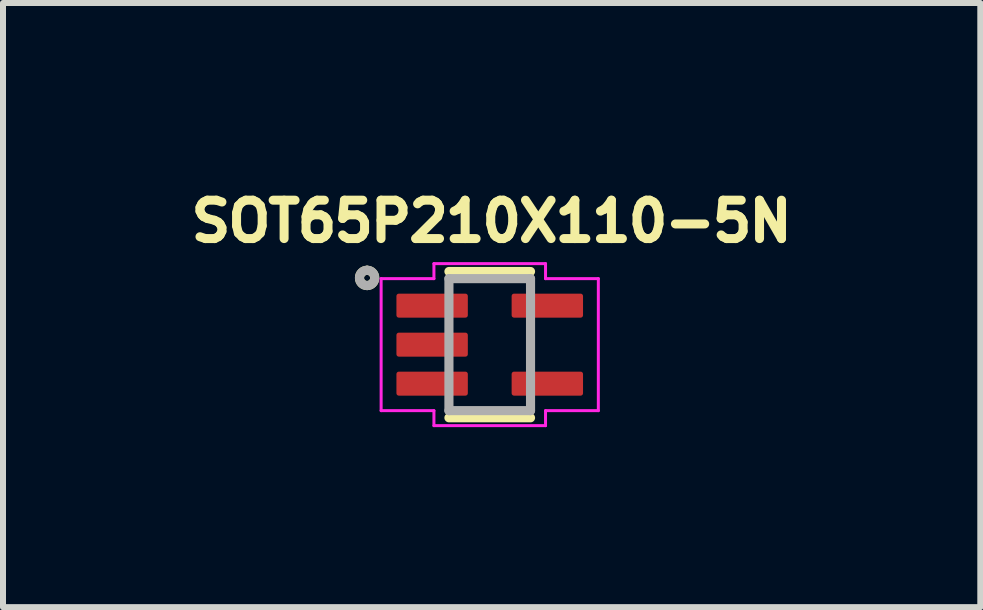
<source format=kicad_pcb>
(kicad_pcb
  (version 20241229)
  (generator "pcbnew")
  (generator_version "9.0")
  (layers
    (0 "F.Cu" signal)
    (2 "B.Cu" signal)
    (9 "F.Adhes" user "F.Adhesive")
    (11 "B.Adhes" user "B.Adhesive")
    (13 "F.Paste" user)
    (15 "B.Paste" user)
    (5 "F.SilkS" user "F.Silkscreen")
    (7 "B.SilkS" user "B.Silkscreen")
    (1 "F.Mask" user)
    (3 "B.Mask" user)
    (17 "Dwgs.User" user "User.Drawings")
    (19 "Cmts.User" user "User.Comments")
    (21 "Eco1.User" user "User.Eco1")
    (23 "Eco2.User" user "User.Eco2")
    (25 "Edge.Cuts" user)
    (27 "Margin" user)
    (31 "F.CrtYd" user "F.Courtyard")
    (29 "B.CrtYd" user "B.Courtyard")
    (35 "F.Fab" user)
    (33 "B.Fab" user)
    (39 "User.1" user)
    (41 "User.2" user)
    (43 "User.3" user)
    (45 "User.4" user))
  (footprint "SOT65P210X110-5N"
    (layer "F.Cu")
    (at 5.112 2.694)
    (property "Reference" "SOT65P210X110-5N" (at 0.032 -2.056 0) (layer "F.SilkS") (effects (font (size 0.64 0.64) (thickness 0.15))))
    (attr smd)
    (fp_line (start -0.68 1.219) (end 0.68 1.219) (stroke (width 0.152) (type solid)) (layer "F.SilkS"))
    (fp_line (start 0.68 -1.219) (end -0.68 -1.219) (stroke (width 0.152) (type solid)) (layer "F.SilkS"))
    (fp_arc (start -2.0438 -1.2392) (mid -1.9168 -1.1122) (end -2.0438 -0.9852) (stroke (width 0.1524) (type solid)) (layer "F.SilkS"))
    (fp_arc (start -2.0438 -0.9852) (mid -2.1708 -1.1122) (end -2.0438 -1.2392) (stroke (width 0.1524) (type solid)) (layer "F.SilkS"))
    (fp_line (start -1.81 -1.1) (end -0.93 -1.1) (stroke (width 0.05) (type solid)) (layer "F.CrtYd"))
    (fp_line (start -1.81 1.1) (end -1.81 -1.1) (stroke (width 0.05) (type solid)) (layer "F.CrtYd"))
    (fp_line (start -0.93 -1.35) (end 0.93 -1.35) (stroke (width 0.05) (type solid)) (layer "F.CrtYd"))
    (fp_line (start -0.93 -1.1) (end -0.93 -1.35) (stroke (width 0.05) (type solid)) (layer "F.CrtYd"))
    (fp_line (start -0.93 1.1) (end -1.81 1.1) (stroke (width 0.05) (type solid)) (layer "F.CrtYd"))
    (fp_line (start -0.93 1.35) (end -0.93 1.1) (stroke (width 0.05) (type solid)) (layer "F.CrtYd"))
    (fp_line (start 0.93 -1.35) (end 0.93 -1.1) (stroke (width 0.05) (type solid)) (layer "F.CrtYd"))
    (fp_line (start 0.93 -1.1) (end 1.81 -1.1) (stroke (width 0.05) (type solid)) (layer "F.CrtYd"))
    (fp_line (start 0.93 1.1) (end 0.93 1.35) (stroke (width 0.05) (type solid)) (layer "F.CrtYd"))
    (fp_line (start 0.93 1.35) (end -0.93 1.35) (stroke (width 0.05) (type solid)) (layer "F.CrtYd"))
    (fp_line (start 1.81 -1.1) (end 1.81 1.1) (stroke (width 0.05) (type solid)) (layer "F.CrtYd"))
    (fp_line (start 1.81 1.1) (end 0.93 1.1) (stroke (width 0.05) (type solid)) (layer "F.CrtYd"))
    (fp_line (start -0.68 -1.1) (end -0.68 1.1) (stroke (width 0.152) (type solid)) (layer "F.Fab"))
    (fp_line (start -0.68 1.1) (end 0.68 1.1) (stroke (width 0.152) (type solid)) (layer "F.Fab"))
    (fp_line (start 0.68 -1.1) (end -0.68 -1.1) (stroke (width 0.152) (type solid)) (layer "F.Fab"))
    (fp_line (start 0.68 1.1) (end 0.68 -1.1) (stroke (width 0.152) (type solid)) (layer "F.Fab"))
    (fp_arc (start -2.0438 -1.2392) (mid -1.9168 -1.1122) (end -2.0438 -0.9852) (stroke (width 0.1524) (type solid)) (layer "F.Fab"))
    (fp_arc (start -2.0438 -0.9852) (mid -2.1708 -1.1122) (end -2.0438 -1.2392) (stroke (width 0.1524) (type solid)) (layer "F.Fab"))
    (pad "1" smd roundrect (at -0.96 -0.65) (size 1.19 0.4) (layers "F.Cu" "F.Mask" "F.Paste") (roundrect_rratio 0.1))
    (pad "2" smd roundrect (at -0.96 0) (size 1.19 0.4) (layers "F.Cu" "F.Mask" "F.Paste") (roundrect_rratio 0.1))
    (pad "3" smd roundrect (at -0.96 0.65) (size 1.19 0.4) (layers "F.Cu" "F.Mask" "F.Paste") (roundrect_rratio 0.1))
    (pad "4" smd roundrect (at 0.96 0.65) (size 1.19 0.4) (layers "F.Cu" "F.Mask" "F.Paste") (roundrect_rratio 0.1))
    (pad "5" smd roundrect (at 0.96 -0.65) (size 1.19 0.4) (layers "F.Cu" "F.Mask" "F.Paste") (roundrect_rratio 0.1)))
  (gr_rect
    (start -3 -3)
    (end 13.288 7.069)
    (stroke (width 0.1) (type default))
    (fill no)
    (layer "Edge.Cuts")))
</source>
